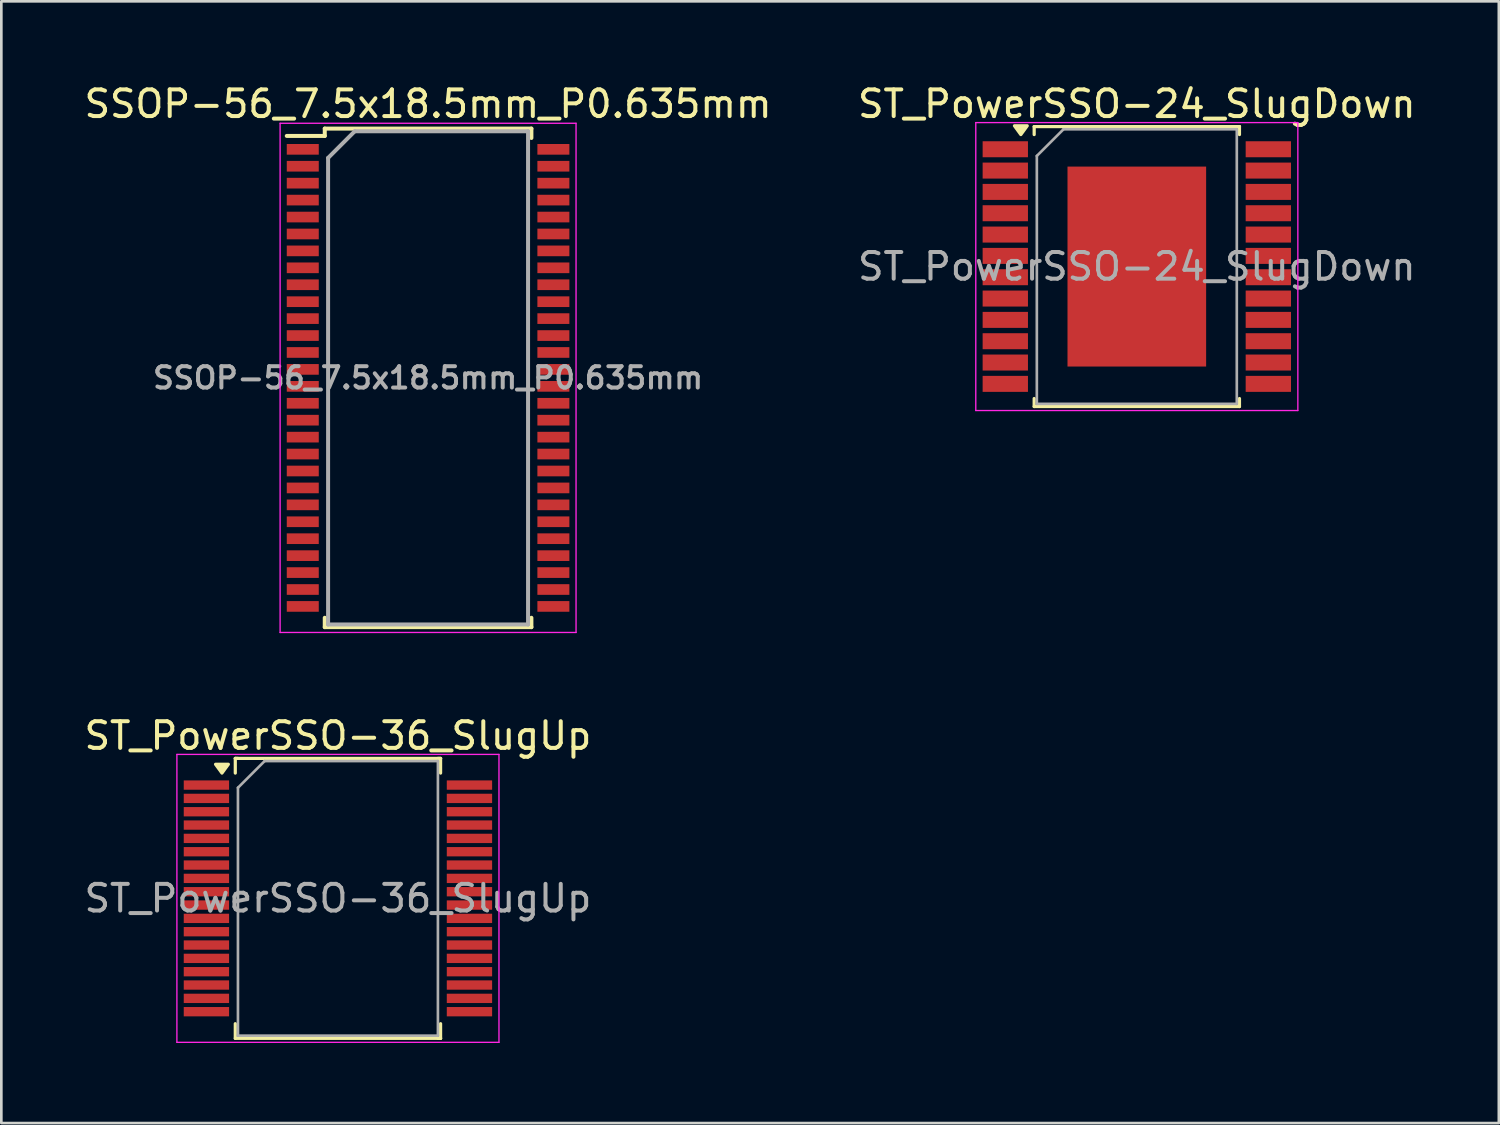
<source format=kicad_pcb>
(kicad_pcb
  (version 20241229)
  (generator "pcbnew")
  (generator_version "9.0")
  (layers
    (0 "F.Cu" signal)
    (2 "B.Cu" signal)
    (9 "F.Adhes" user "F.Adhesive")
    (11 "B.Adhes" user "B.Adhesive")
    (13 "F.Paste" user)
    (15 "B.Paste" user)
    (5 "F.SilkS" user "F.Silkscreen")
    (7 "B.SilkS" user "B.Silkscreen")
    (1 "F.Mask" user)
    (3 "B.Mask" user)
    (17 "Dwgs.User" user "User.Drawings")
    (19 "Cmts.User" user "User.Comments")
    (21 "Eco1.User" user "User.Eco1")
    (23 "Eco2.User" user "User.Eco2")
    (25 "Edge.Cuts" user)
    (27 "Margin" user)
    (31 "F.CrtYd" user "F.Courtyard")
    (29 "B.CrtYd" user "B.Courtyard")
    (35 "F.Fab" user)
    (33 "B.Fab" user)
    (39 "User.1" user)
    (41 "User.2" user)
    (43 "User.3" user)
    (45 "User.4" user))
  (footprint "ST_PowerSSO-24_SlugDown"
    (layer "F.Cu")
    (at 39.589 6.948)
    (property "Reference" "ST_PowerSSO-24_SlugDown" (at 0 -6.1 0) (layer "F.SilkS") (effects (font (size 1 1) (thickness 0.15))))
    (attr smd)
    (fp_line (start -3.85 -5.25) (end -3.85 -4.95) (stroke (width 0.12) (type solid)) (layer "F.SilkS"))
    (fp_line (start -3.85 5.25) (end -3.85 4.95) (stroke (width 0.12) (type solid)) (layer "F.SilkS"))
    (fp_line (start 3.75 -5.25) (end 3.85 -5.25) (stroke (width 0.12) (type solid)) (layer "F.SilkS"))
    (fp_line (start 3.85 -5.25) (end -3.85 -5.25) (stroke (width 0.12) (type solid)) (layer "F.SilkS"))
    (fp_line (start 3.85 -5.25) (end 3.85 -4.95) (stroke (width 0.12) (type solid)) (layer "F.SilkS"))
    (fp_line (start 3.85 5.25) (end -3.85 5.25) (stroke (width 0.12) (type solid)) (layer "F.SilkS"))
    (fp_line (start 3.85 5.25) (end 3.85 4.95) (stroke (width 0.12) (type solid)) (layer "F.SilkS"))
    (fp_poly (pts (xy -4.35 -4.95) (xy -4.59 -5.28) (xy -4.11 -5.28) (xy -4.35 -4.95)) (stroke (width 0.12) (type solid)) (fill yes) (layer "F.SilkS"))
    (fp_line (start -6.04 -5.4) (end -6.04 5.4) (stroke (width 0.05) (type solid)) (layer "F.CrtYd"))
    (fp_line (start -6.04 -5.4) (end 6.04 -5.4) (stroke (width 0.05) (type solid)) (layer "F.CrtYd"))
    (fp_line (start 6.04 5.4) (end -6.04 5.4) (stroke (width 0.05) (type solid)) (layer "F.CrtYd"))
    (fp_line (start 6.04 5.4) (end 6.04 -5.4) (stroke (width 0.05) (type solid)) (layer "F.CrtYd"))
    (fp_line (start -3.75 -4.15) (end -3.75 5.15) (stroke (width 0.1) (type solid)) (layer "F.Fab"))
    (fp_line (start -3.75 5.15) (end 3.75 5.15) (stroke (width 0.1) (type solid)) (layer "F.Fab"))
    (fp_line (start -2.75 -5.15) (end -3.75 -4.15) (stroke (width 0.1) (type solid)) (layer "F.Fab"))
    (fp_line (start 3.75 -5.15) (end -2.75 -5.15) (stroke (width 0.1) (type solid)) (layer "F.Fab"))
    (fp_line (start 3.75 5.15) (end 3.75 -5.15) (stroke (width 0.1) (type solid)) (layer "F.Fab"))
    (fp_text user "${REFERENCE}" (at 0 0 0) (layer "F.Fab") (effects (font (size 1 1) (thickness 0.15))))
    (pad "1" smd rect (at -4.933 -4.4) (size 1.7 0.6) (layers "F.Cu" "F.Mask" "F.Paste"))
    (pad "2" smd rect (at -4.933 -3.6) (size 1.7 0.6) (layers "F.Cu" "F.Mask" "F.Paste"))
    (pad "3" smd rect (at -4.933 -2.8) (size 1.7 0.6) (layers "F.Cu" "F.Mask" "F.Paste"))
    (pad "4" smd rect (at -4.933 -2) (size 1.7 0.6) (layers "F.Cu" "F.Mask" "F.Paste"))
    (pad "5" smd rect (at -4.933 -1.2) (size 1.7 0.6) (layers "F.Cu" "F.Mask" "F.Paste"))
    (pad "6" smd rect (at -4.933 -0.4) (size 1.7 0.6) (layers "F.Cu" "F.Mask" "F.Paste"))
    (pad "7" smd rect (at -4.933 0.4) (size 1.7 0.6) (layers "F.Cu" "F.Mask" "F.Paste"))
    (pad "8" smd rect (at -4.933 1.2) (size 1.7 0.6) (layers "F.Cu" "F.Mask" "F.Paste"))
    (pad "9" smd rect (at -4.933 2) (size 1.7 0.6) (layers "F.Cu" "F.Mask" "F.Paste"))
    (pad "10" smd rect (at -4.933 2.8) (size 1.7 0.6) (layers "F.Cu" "F.Mask" "F.Paste"))
    (pad "11" smd rect (at -4.933 3.6) (size 1.7 0.6) (layers "F.Cu" "F.Mask" "F.Paste"))
    (pad "12" smd rect (at -4.933 4.4) (size 1.7 0.6) (layers "F.Cu" "F.Mask" "F.Paste"))
    (pad "13" smd rect (at 4.933 4.4) (size 1.7 0.6) (layers "F.Cu" "F.Mask" "F.Paste"))
    (pad "14" smd rect (at 4.933 3.6) (size 1.7 0.6) (layers "F.Cu" "F.Mask" "F.Paste"))
    (pad "15" smd rect (at 4.933 2.8) (size 1.7 0.6) (layers "F.Cu" "F.Mask" "F.Paste"))
    (pad "16" smd rect (at 4.933 2) (size 1.7 0.6) (layers "F.Cu" "F.Mask" "F.Paste"))
    (pad "17" smd rect (at 4.933 1.2) (size 1.7 0.6) (layers "F.Cu" "F.Mask" "F.Paste"))
    (pad "18" smd rect (at 4.933 0.4) (size 1.7 0.6) (layers "F.Cu" "F.Mask" "F.Paste"))
    (pad "19" smd rect (at 4.933 -0.4) (size 1.7 0.6) (layers "F.Cu" "F.Mask" "F.Paste"))
    (pad "20" smd rect (at 4.933 -1.2) (size 1.7 0.6) (layers "F.Cu" "F.Mask" "F.Paste"))
    (pad "21" smd rect (at 4.933 -2) (size 1.7 0.6) (layers "F.Cu" "F.Mask" "F.Paste"))
    (pad "22" smd rect (at 4.933 -2.8) (size 1.7 0.6) (layers "F.Cu" "F.Mask" "F.Paste"))
    (pad "23" smd rect (at 4.933 -3.6) (size 1.7 0.6) (layers "F.Cu" "F.Mask" "F.Paste"))
    (pad "24" smd rect (at 4.933 -4.4) (size 1.7 0.6) (layers "F.Cu" "F.Mask" "F.Paste"))
    (pad "25" smd rect (at 0 0) (size 5.2 7.5) (layers "F.Cu" "F.Mask" "F.Paste")))
  (footprint "SSOP-56_7.5x18.5mm_P0.635mm"
    (layer "F.Cu")
    (at 13.006 11.123)
    (property "Reference" "SSOP-56_7.5x18.5mm_P0.635mm" (at 0 -10.275 0) (layer "F.SilkS") (effects (font (size 1 1) (thickness 0.15))))
    (attr smd)
    (fp_line (start -3.875 -9.35) (end -3.875 -9.075) (stroke (width 0.15) (type solid)) (layer "F.SilkS"))
    (fp_line (start -3.875 -9.35) (end 3.875 -9.35) (stroke (width 0.15) (type solid)) (layer "F.SilkS"))
    (fp_line (start -3.875 -9.075) (end -5.3 -9.075) (stroke (width 0.15) (type solid)) (layer "F.SilkS"))
    (fp_line (start -3.875 9.35) (end -3.875 8.998) (stroke (width 0.15) (type solid)) (layer "F.SilkS"))
    (fp_line (start -3.875 9.35) (end 3.875 9.35) (stroke (width 0.15) (type solid)) (layer "F.SilkS"))
    (fp_line (start 3.875 -9.35) (end 3.875 -8.998) (stroke (width 0.15) (type solid)) (layer "F.SilkS"))
    (fp_line (start 3.875 9.35) (end 3.875 8.998) (stroke (width 0.15) (type solid)) (layer "F.SilkS"))
    (fp_line (start -5.55 -9.55) (end -5.55 9.55) (stroke (width 0.05) (type solid)) (layer "F.CrtYd"))
    (fp_line (start -5.55 -9.55) (end 5.55 -9.55) (stroke (width 0.05) (type solid)) (layer "F.CrtYd"))
    (fp_line (start -5.55 9.55) (end 5.55 9.55) (stroke (width 0.05) (type solid)) (layer "F.CrtYd"))
    (fp_line (start 5.55 -9.55) (end 5.55 9.55) (stroke (width 0.05) (type solid)) (layer "F.CrtYd"))
    (fp_line (start -3.75 -8.25) (end -2.75 -9.25) (stroke (width 0.15) (type solid)) (layer "F.Fab"))
    (fp_line (start -3.75 9.25) (end -3.75 -8.25) (stroke (width 0.15) (type solid)) (layer "F.Fab"))
    (fp_line (start -2.75 -9.25) (end 3.75 -9.25) (stroke (width 0.15) (type solid)) (layer "F.Fab"))
    (fp_line (start 3.75 -9.25) (end 3.75 9.25) (stroke (width 0.15) (type solid)) (layer "F.Fab"))
    (fp_line (start 3.75 9.25) (end -3.75 9.25) (stroke (width 0.15) (type solid)) (layer "F.Fab"))
    (fp_text user "${REFERENCE}" (at 0 0 0) (layer "F.Fab") (effects (font (size 0.8 0.8) (thickness 0.15))))
    (pad "1" smd rect (at -4.7 -8.572) (size 1.2 0.4) (layers "F.Cu" "F.Mask" "F.Paste"))
    (pad "2" smd rect (at -4.7 -7.938) (size 1.2 0.4) (layers "F.Cu" "F.Mask" "F.Paste"))
    (pad "3" smd rect (at -4.7 -7.303) (size 1.2 0.4) (layers "F.Cu" "F.Mask" "F.Paste"))
    (pad "4" smd rect (at -4.7 -6.668) (size 1.2 0.4) (layers "F.Cu" "F.Mask" "F.Paste"))
    (pad "5" smd rect (at -4.7 -6.032) (size 1.2 0.4) (layers "F.Cu" "F.Mask" "F.Paste"))
    (pad "6" smd rect (at -4.7 -5.397) (size 1.2 0.4) (layers "F.Cu" "F.Mask" "F.Paste"))
    (pad "7" smd rect (at -4.7 -4.763) (size 1.2 0.4) (layers "F.Cu" "F.Mask" "F.Paste"))
    (pad "8" smd rect (at -4.7 -4.128) (size 1.2 0.4) (layers "F.Cu" "F.Mask" "F.Paste"))
    (pad "9" smd rect (at -4.7 -3.493) (size 1.2 0.4) (layers "F.Cu" "F.Mask" "F.Paste"))
    (pad "10" smd rect (at -4.7 -2.857) (size 1.2 0.4) (layers "F.Cu" "F.Mask" "F.Paste"))
    (pad "11" smd rect (at -4.7 -2.223) (size 1.2 0.4) (layers "F.Cu" "F.Mask" "F.Paste"))
    (pad "12" smd rect (at -4.7 -1.587) (size 1.2 0.4) (layers "F.Cu" "F.Mask" "F.Paste"))
    (pad "13" smd rect (at -4.7 -0.953) (size 1.2 0.4) (layers "F.Cu" "F.Mask" "F.Paste"))
    (pad "14" smd rect (at -4.7 -0.318) (size 1.2 0.4) (layers "F.Cu" "F.Mask" "F.Paste"))
    (pad "15" smd rect (at -4.7 0.318) (size 1.2 0.4) (layers "F.Cu" "F.Mask" "F.Paste"))
    (pad "16" smd rect (at -4.7 0.953) (size 1.2 0.4) (layers "F.Cu" "F.Mask" "F.Paste"))
    (pad "17" smd rect (at -4.7 1.587) (size 1.2 0.4) (layers "F.Cu" "F.Mask" "F.Paste"))
    (pad "18" smd rect (at -4.7 2.223) (size 1.2 0.4) (layers "F.Cu" "F.Mask" "F.Paste"))
    (pad "19" smd rect (at -4.7 2.857) (size 1.2 0.4) (layers "F.Cu" "F.Mask" "F.Paste"))
    (pad "20" smd rect (at -4.7 3.493) (size 1.2 0.4) (layers "F.Cu" "F.Mask" "F.Paste"))
    (pad "21" smd rect (at -4.7 4.128) (size 1.2 0.4) (layers "F.Cu" "F.Mask" "F.Paste"))
    (pad "22" smd rect (at -4.7 4.763) (size 1.2 0.4) (layers "F.Cu" "F.Mask" "F.Paste"))
    (pad "23" smd rect (at -4.7 5.397) (size 1.2 0.4) (layers "F.Cu" "F.Mask" "F.Paste"))
    (pad "24" smd rect (at -4.7 6.032) (size 1.2 0.4) (layers "F.Cu" "F.Mask" "F.Paste"))
    (pad "25" smd rect (at -4.7 6.668) (size 1.2 0.4) (layers "F.Cu" "F.Mask" "F.Paste"))
    (pad "26" smd rect (at -4.7 7.303) (size 1.2 0.4) (layers "F.Cu" "F.Mask" "F.Paste"))
    (pad "27" smd rect (at -4.7 7.938) (size 1.2 0.4) (layers "F.Cu" "F.Mask" "F.Paste"))
    (pad "28" smd rect (at -4.7 8.572) (size 1.2 0.4) (layers "F.Cu" "F.Mask" "F.Paste"))
    (pad "29" smd rect (at 4.7 8.572) (size 1.2 0.4) (layers "F.Cu" "F.Mask" "F.Paste"))
    (pad "30" smd rect (at 4.7 7.938) (size 1.2 0.4) (layers "F.Cu" "F.Mask" "F.Paste"))
    (pad "31" smd rect (at 4.7 7.303) (size 1.2 0.4) (layers "F.Cu" "F.Mask" "F.Paste"))
    (pad "32" smd rect (at 4.7 6.668) (size 1.2 0.4) (layers "F.Cu" "F.Mask" "F.Paste"))
    (pad "33" smd rect (at 4.7 6.032) (size 1.2 0.4) (layers "F.Cu" "F.Mask" "F.Paste"))
    (pad "34" smd rect (at 4.7 5.397) (size 1.2 0.4) (layers "F.Cu" "F.Mask" "F.Paste"))
    (pad "35" smd rect (at 4.7 4.763) (size 1.2 0.4) (layers "F.Cu" "F.Mask" "F.Paste"))
    (pad "36" smd rect (at 4.7 4.128) (size 1.2 0.4) (layers "F.Cu" "F.Mask" "F.Paste"))
    (pad "37" smd rect (at 4.7 3.493) (size 1.2 0.4) (layers "F.Cu" "F.Mask" "F.Paste"))
    (pad "38" smd rect (at 4.7 2.857) (size 1.2 0.4) (layers "F.Cu" "F.Mask" "F.Paste"))
    (pad "39" smd rect (at 4.7 2.223) (size 1.2 0.4) (layers "F.Cu" "F.Mask" "F.Paste"))
    (pad "40" smd rect (at 4.7 1.587) (size 1.2 0.4) (layers "F.Cu" "F.Mask" "F.Paste"))
    (pad "41" smd rect (at 4.7 0.953) (size 1.2 0.4) (layers "F.Cu" "F.Mask" "F.Paste"))
    (pad "42" smd rect (at 4.7 0.318) (size 1.2 0.4) (layers "F.Cu" "F.Mask" "F.Paste"))
    (pad "43" smd rect (at 4.7 -0.318) (size 1.2 0.4) (layers "F.Cu" "F.Mask" "F.Paste"))
    (pad "44" smd rect (at 4.7 -0.953) (size 1.2 0.4) (layers "F.Cu" "F.Mask" "F.Paste"))
    (pad "45" smd rect (at 4.7 -1.587) (size 1.2 0.4) (layers "F.Cu" "F.Mask" "F.Paste"))
    (pad "46" smd rect (at 4.7 -2.223) (size 1.2 0.4) (layers "F.Cu" "F.Mask" "F.Paste"))
    (pad "47" smd rect (at 4.7 -2.857) (size 1.2 0.4) (layers "F.Cu" "F.Mask" "F.Paste"))
    (pad "48" smd rect (at 4.7 -3.493) (size 1.2 0.4) (layers "F.Cu" "F.Mask" "F.Paste"))
    (pad "49" smd rect (at 4.7 -4.128) (size 1.2 0.4) (layers "F.Cu" "F.Mask" "F.Paste"))
    (pad "50" smd rect (at 4.7 -4.763) (size 1.2 0.4) (layers "F.Cu" "F.Mask" "F.Paste"))
    (pad "51" smd rect (at 4.7 -5.397) (size 1.2 0.4) (layers "F.Cu" "F.Mask" "F.Paste"))
    (pad "52" smd rect (at 4.7 -6.032) (size 1.2 0.4) (layers "F.Cu" "F.Mask" "F.Paste"))
    (pad "53" smd rect (at 4.7 -6.668) (size 1.2 0.4) (layers "F.Cu" "F.Mask" "F.Paste"))
    (pad "54" smd rect (at 4.7 -7.303) (size 1.2 0.4) (layers "F.Cu" "F.Mask" "F.Paste"))
    (pad "55" smd rect (at 4.7 -7.938) (size 1.2 0.4) (layers "F.Cu" "F.Mask" "F.Paste"))
    (pad "56" smd rect (at 4.7 -8.572) (size 1.2 0.4) (layers "F.Cu" "F.Mask" "F.Paste")))
  (footprint "ST_PowerSSO-36_SlugUp"
    (layer "F.Cu")
    (at 9.625 30.646)
    (property "Reference" "ST_PowerSSO-36_SlugUp" (at 0 -6.1 0) (layer "F.SilkS") (effects (font (size 1 1) (thickness 0.15))))
    (attr smd)
    (fp_line (start -3.85 -5.25) (end -3.85 -4.7) (stroke (width 0.12) (type solid)) (layer "F.SilkS"))
    (fp_line (start -3.85 5.25) (end -3.85 4.7) (stroke (width 0.12) (type solid)) (layer "F.SilkS"))
    (fp_line (start -3.75 -5.25) (end -3.85 -5.25) (stroke (width 0.12) (type solid)) (layer "F.SilkS"))
    (fp_line (start 3.75 -5.25) (end 3.85 -5.25) (stroke (width 0.12) (type solid)) (layer "F.SilkS"))
    (fp_line (start 3.75 5.25) (end 3.85 5.25) (stroke (width 0.12) (type solid)) (layer "F.SilkS"))
    (fp_line (start 3.85 -5.25) (end -3.85 -5.25) (stroke (width 0.12) (type solid)) (layer "F.SilkS"))
    (fp_line (start 3.85 -5.25) (end 3.85 -4.7) (stroke (width 0.12) (type solid)) (layer "F.SilkS"))
    (fp_line (start 3.85 5.25) (end -3.85 5.25) (stroke (width 0.12) (type solid)) (layer "F.SilkS"))
    (fp_line (start 3.85 5.25) (end 3.85 4.7) (stroke (width 0.12) (type solid)) (layer "F.SilkS"))
    (fp_poly (pts (xy -4.35 -4.7) (xy -4.59 -5.03) (xy -4.11 -5.03) (xy -4.35 -4.7)) (stroke (width 0.12) (type solid)) (fill yes) (layer "F.SilkS"))
    (fp_line (start -6.04 -5.4) (end -6.04 5.4) (stroke (width 0.05) (type solid)) (layer "F.CrtYd"))
    (fp_line (start -6.04 -5.4) (end 6.04 -5.4) (stroke (width 0.05) (type solid)) (layer "F.CrtYd"))
    (fp_line (start 6.04 5.4) (end -6.04 5.4) (stroke (width 0.05) (type solid)) (layer "F.CrtYd"))
    (fp_line (start 6.04 5.4) (end 6.04 -5.4) (stroke (width 0.05) (type solid)) (layer "F.CrtYd"))
    (fp_line (start -3.75 -4.15) (end -3.75 5.15) (stroke (width 0.1) (type solid)) (layer "F.Fab"))
    (fp_line (start -3.75 5.15) (end 3.75 5.15) (stroke (width 0.1) (type solid)) (layer "F.Fab"))
    (fp_line (start -2.75 -5.15) (end -3.75 -4.15) (stroke (width 0.1) (type solid)) (layer "F.Fab"))
    (fp_line (start 3.75 -5.15) (end -2.75 -5.15) (stroke (width 0.1) (type solid)) (layer "F.Fab"))
    (fp_line (start 3.75 5.15) (end 3.75 -5.15) (stroke (width 0.1) (type solid)) (layer "F.Fab"))
    (fp_text user "${REFERENCE}" (at 0 0 0) (layer "F.Fab") (effects (font (size 1 1) (thickness 0.15))))
    (pad "1" smd rect (at -4.933 -4.25) (size 1.7 0.35) (layers "F.Cu" "F.Mask" "F.Paste"))
    (pad "2" smd rect (at -4.933 -3.75) (size 1.7 0.35) (layers "F.Cu" "F.Mask" "F.Paste"))
    (pad "3" smd rect (at -4.933 -3.25) (size 1.7 0.35) (layers "F.Cu" "F.Mask" "F.Paste"))
    (pad "4" smd rect (at -4.933 -2.75) (size 1.7 0.35) (layers "F.Cu" "F.Mask" "F.Paste"))
    (pad "5" smd rect (at -4.933 -2.25) (size 1.7 0.35) (layers "F.Cu" "F.Mask" "F.Paste"))
    (pad "6" smd rect (at -4.933 -1.75) (size 1.7 0.35) (layers "F.Cu" "F.Mask" "F.Paste"))
    (pad "7" smd rect (at -4.933 -1.25) (size 1.7 0.35) (layers "F.Cu" "F.Mask" "F.Paste"))
    (pad "8" smd rect (at -4.933 -0.75) (size 1.7 0.35) (layers "F.Cu" "F.Mask" "F.Paste"))
    (pad "9" smd rect (at -4.933 -0.25) (size 1.7 0.35) (layers "F.Cu" "F.Mask" "F.Paste"))
    (pad "10" smd rect (at -4.933 0.25) (size 1.7 0.35) (layers "F.Cu" "F.Mask" "F.Paste"))
    (pad "11" smd rect (at -4.933 0.75) (size 1.7 0.35) (layers "F.Cu" "F.Mask" "F.Paste"))
    (pad "12" smd rect (at -4.933 1.25) (size 1.7 0.35) (layers "F.Cu" "F.Mask" "F.Paste"))
    (pad "13" smd rect (at -4.933 1.75) (size 1.7 0.35) (layers "F.Cu" "F.Mask" "F.Paste"))
    (pad "14" smd rect (at -4.933 2.25) (size 1.7 0.35) (layers "F.Cu" "F.Mask" "F.Paste"))
    (pad "15" smd rect (at -4.933 2.75) (size 1.7 0.35) (layers "F.Cu" "F.Mask" "F.Paste"))
    (pad "16" smd rect (at -4.933 3.25) (size 1.7 0.35) (layers "F.Cu" "F.Mask" "F.Paste"))
    (pad "17" smd rect (at -4.933 3.75) (size 1.7 0.35) (layers "F.Cu" "F.Mask" "F.Paste"))
    (pad "18" smd rect (at -4.933 4.25) (size 1.7 0.35) (layers "F.Cu" "F.Mask" "F.Paste"))
    (pad "19" smd rect (at 4.933 4.25) (size 1.7 0.35) (layers "F.Cu" "F.Mask" "F.Paste"))
    (pad "20" smd rect (at 4.933 3.75) (size 1.7 0.35) (layers "F.Cu" "F.Mask" "F.Paste"))
    (pad "21" smd rect (at 4.933 3.25) (size 1.7 0.35) (layers "F.Cu" "F.Mask" "F.Paste"))
    (pad "22" smd rect (at 4.933 2.75) (size 1.7 0.35) (layers "F.Cu" "F.Mask" "F.Paste"))
    (pad "23" smd rect (at 4.933 2.25) (size 1.7 0.35) (layers "F.Cu" "F.Mask" "F.Paste"))
    (pad "24" smd rect (at 4.933 1.75) (size 1.7 0.35) (layers "F.Cu" "F.Mask" "F.Paste"))
    (pad "25" smd rect (at 4.933 1.25) (size 1.7 0.35) (layers "F.Cu" "F.Mask" "F.Paste"))
    (pad "26" smd rect (at 4.933 0.75) (size 1.7 0.35) (layers "F.Cu" "F.Mask" "F.Paste"))
    (pad "27" smd rect (at 4.933 0.25) (size 1.7 0.35) (layers "F.Cu" "F.Mask" "F.Paste"))
    (pad "28" smd rect (at 4.933 -0.25) (size 1.7 0.35) (layers "F.Cu" "F.Mask" "F.Paste"))
    (pad "29" smd rect (at 4.933 -0.75) (size 1.7 0.35) (layers "F.Cu" "F.Mask" "F.Paste"))
    (pad "30" smd rect (at 4.933 -1.25) (size 1.7 0.35) (layers "F.Cu" "F.Mask" "F.Paste"))
    (pad "31" smd rect (at 4.933 -1.75) (size 1.7 0.35) (layers "F.Cu" "F.Mask" "F.Paste"))
    (pad "32" smd rect (at 4.933 -2.25) (size 1.7 0.35) (layers "F.Cu" "F.Mask" "F.Paste"))
    (pad "33" smd rect (at 4.933 -2.75) (size 1.7 0.35) (layers "F.Cu" "F.Mask" "F.Paste"))
    (pad "34" smd rect (at 4.933 -3.25) (size 1.7 0.35) (layers "F.Cu" "F.Mask" "F.Paste"))
    (pad "35" smd rect (at 4.933 -3.75) (size 1.7 0.35) (layers "F.Cu" "F.Mask" "F.Paste"))
    (pad "36" smd rect (at 4.933 -4.25) (size 1.7 0.35) (layers "F.Cu" "F.Mask" "F.Paste")))
  (gr_rect
    (start -3 -3)
    (end 53.167 39.072)
    (stroke (width 0.1) (type default))
    (fill no)
    (layer "Edge.Cuts")))
</source>
